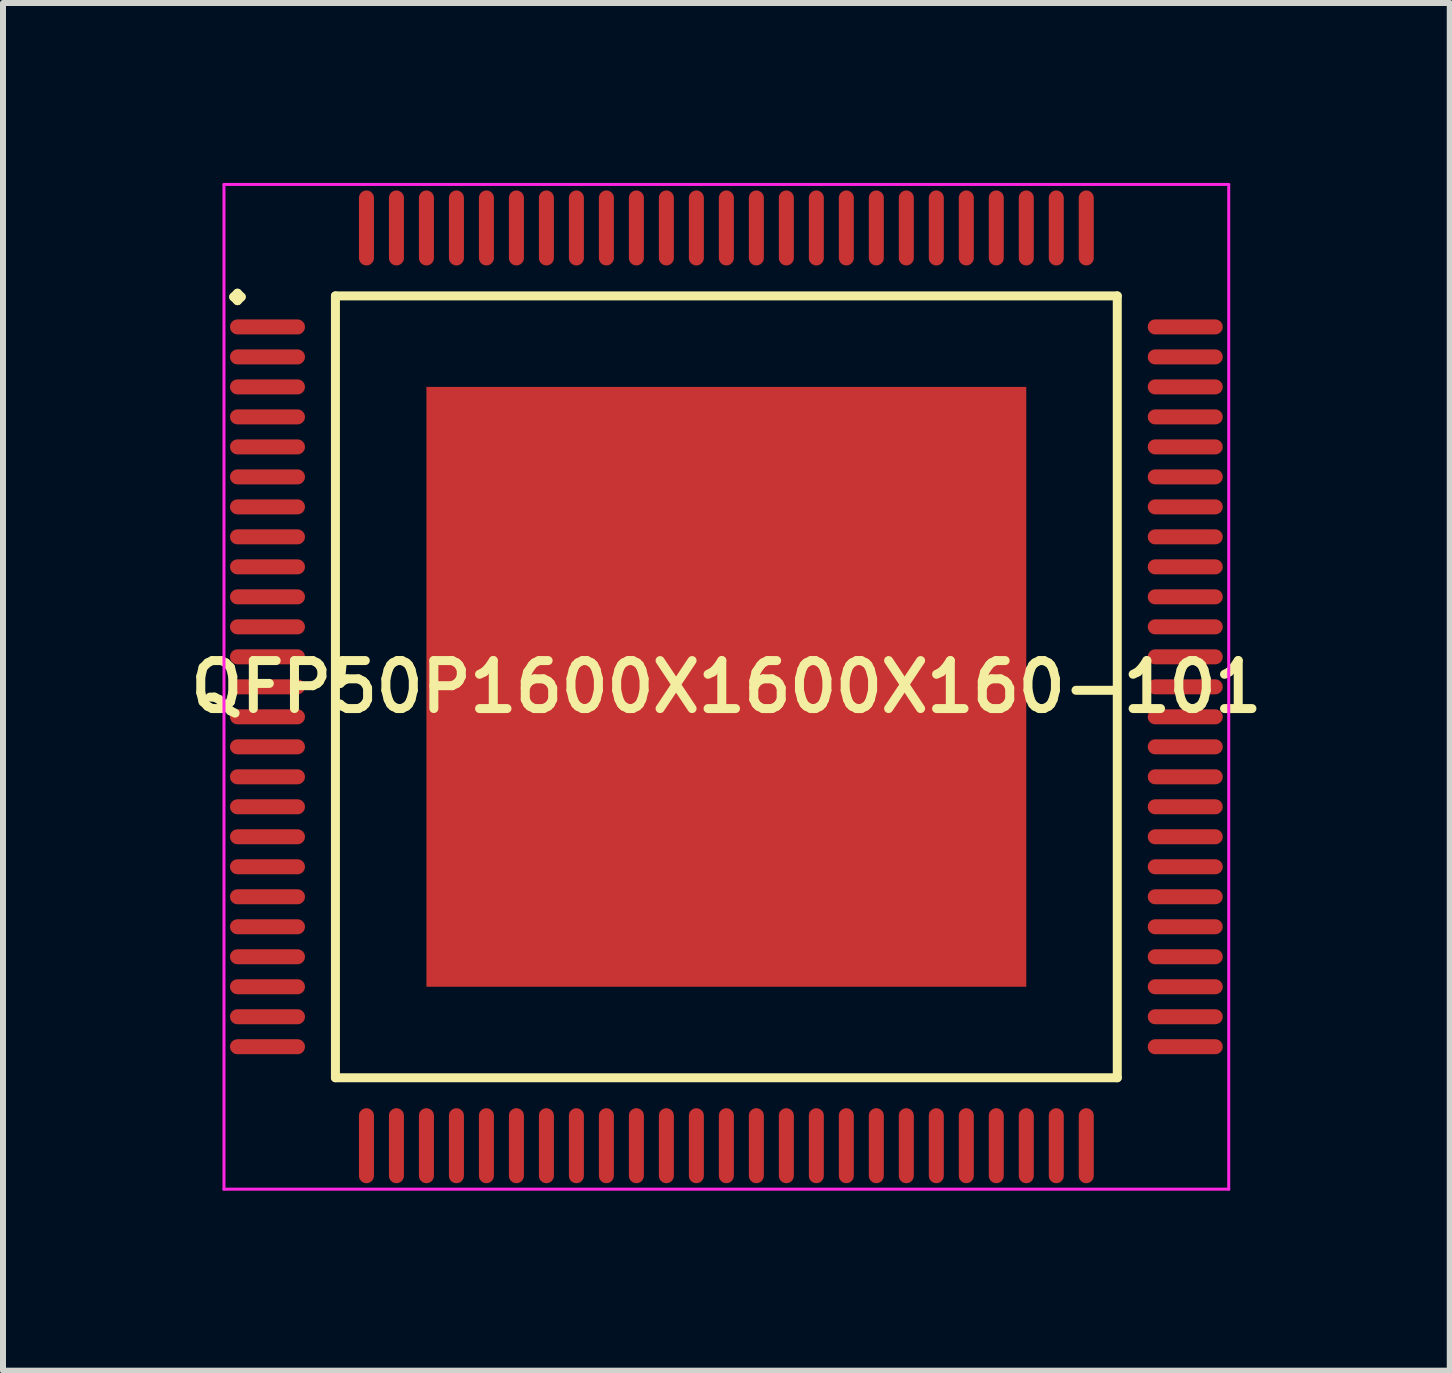
<source format=kicad_pcb>
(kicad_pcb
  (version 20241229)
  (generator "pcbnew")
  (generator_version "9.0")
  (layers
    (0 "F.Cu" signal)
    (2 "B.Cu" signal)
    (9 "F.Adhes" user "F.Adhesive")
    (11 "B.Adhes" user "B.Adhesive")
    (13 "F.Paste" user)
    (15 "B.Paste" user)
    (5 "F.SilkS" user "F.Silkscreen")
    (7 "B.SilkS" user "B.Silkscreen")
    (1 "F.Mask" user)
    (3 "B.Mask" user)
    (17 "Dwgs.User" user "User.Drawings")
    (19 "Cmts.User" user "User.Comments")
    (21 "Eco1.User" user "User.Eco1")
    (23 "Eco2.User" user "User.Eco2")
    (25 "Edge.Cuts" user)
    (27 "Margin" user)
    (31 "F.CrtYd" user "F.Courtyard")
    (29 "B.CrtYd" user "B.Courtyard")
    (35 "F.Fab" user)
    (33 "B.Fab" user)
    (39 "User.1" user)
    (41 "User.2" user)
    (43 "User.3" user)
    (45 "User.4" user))
  (footprint "QFP50P1600X1600X160-101"
    (layer "F.Cu")
    (at 9.059 8.4)
    (property "Reference" "QFP50P1600X1600X160-101" (at 0 0 0) (layer "F.SilkS") (effects (font (size 0.8 0.8) (thickness 0.15))))
    (attr smd)
    (fp_line (start -8.213 -6.5) (end -8.15 -6.562) (stroke (width 0.15) (type solid)) (layer "F.SilkS"))
    (fp_line (start -8.15 -6.562) (end -8.088 -6.5) (stroke (width 0.15) (type solid)) (layer "F.SilkS"))
    (fp_line (start -8.15 -6.438) (end -8.213 -6.5) (stroke (width 0.15) (type solid)) (layer "F.SilkS"))
    (fp_line (start -8.088 -6.5) (end -8.15 -6.438) (stroke (width 0.15) (type solid)) (layer "F.SilkS"))
    (fp_line (start -6.517 -6.517) (end -6.517 6.517) (stroke (width 0.15) (type solid)) (layer "F.SilkS"))
    (fp_line (start -6.517 6.517) (end 6.517 6.517) (stroke (width 0.15) (type solid)) (layer "F.SilkS"))
    (fp_line (start 6.517 -6.517) (end -6.517 -6.517) (stroke (width 0.15) (type solid)) (layer "F.SilkS"))
    (fp_line (start 6.517 6.517) (end 6.517 -6.517) (stroke (width 0.15) (type solid)) (layer "F.SilkS"))
    (fp_line (start -8.375 -8.375) (end 8.375 -8.375) (stroke (width 0.05) (type solid)) (layer "F.CrtYd"))
    (fp_line (start -8.375 8.375) (end -8.375 -8.375) (stroke (width 0.05) (type solid)) (layer "F.CrtYd"))
    (fp_line (start 8.375 -8.375) (end 8.375 8.375) (stroke (width 0.05) (type solid)) (layer "F.CrtYd"))
    (fp_line (start 8.375 8.375) (end -8.375 8.375) (stroke (width 0.05) (type solid)) (layer "F.CrtYd"))
    (pad "1" smd oval (at -7.65 -6) (size 1.25 0.25) (layers "F.Cu" "F.Mask" "F.Paste"))
    (pad "2" smd oval (at -7.65 -5.5) (size 1.25 0.25) (layers "F.Cu" "F.Mask" "F.Paste"))
    (pad "3" smd oval (at -7.65 -5) (size 1.25 0.25) (layers "F.Cu" "F.Mask" "F.Paste"))
    (pad "4" smd oval (at -7.65 -4.5) (size 1.25 0.25) (layers "F.Cu" "F.Mask" "F.Paste"))
    (pad "5" smd oval (at -7.65 -4) (size 1.25 0.25) (layers "F.Cu" "F.Mask" "F.Paste"))
    (pad "6" smd oval (at -7.65 -3.5) (size 1.25 0.25) (layers "F.Cu" "F.Mask" "F.Paste"))
    (pad "7" smd oval (at -7.65 -3) (size 1.25 0.25) (layers "F.Cu" "F.Mask" "F.Paste"))
    (pad "8" smd oval (at -7.65 -2.5) (size 1.25 0.25) (layers "F.Cu" "F.Mask" "F.Paste"))
    (pad "9" smd oval (at -7.65 -2) (size 1.25 0.25) (layers "F.Cu" "F.Mask" "F.Paste"))
    (pad "10" smd oval (at -7.65 -1.5) (size 1.25 0.25) (layers "F.Cu" "F.Mask" "F.Paste"))
    (pad "11" smd oval (at -7.65 -1) (size 1.25 0.25) (layers "F.Cu" "F.Mask" "F.Paste"))
    (pad "12" smd oval (at -7.65 -0.5) (size 1.25 0.25) (layers "F.Cu" "F.Mask" "F.Paste"))
    (pad "13" smd oval (at -7.65 0) (size 1.25 0.25) (layers "F.Cu" "F.Mask" "F.Paste"))
    (pad "14" smd oval (at -7.65 0.5) (size 1.25 0.25) (layers "F.Cu" "F.Mask" "F.Paste"))
    (pad "15" smd oval (at -7.65 1) (size 1.25 0.25) (layers "F.Cu" "F.Mask" "F.Paste"))
    (pad "16" smd oval (at -7.65 1.5) (size 1.25 0.25) (layers "F.Cu" "F.Mask" "F.Paste"))
    (pad "17" smd oval (at -7.65 2) (size 1.25 0.25) (layers "F.Cu" "F.Mask" "F.Paste"))
    (pad "18" smd oval (at -7.65 2.5) (size 1.25 0.25) (layers "F.Cu" "F.Mask" "F.Paste"))
    (pad "19" smd oval (at -7.65 3) (size 1.25 0.25) (layers "F.Cu" "F.Mask" "F.Paste"))
    (pad "20" smd oval (at -7.65 3.5) (size 1.25 0.25) (layers "F.Cu" "F.Mask" "F.Paste"))
    (pad "21" smd oval (at -7.65 4) (size 1.25 0.25) (layers "F.Cu" "F.Mask" "F.Paste"))
    (pad "22" smd oval (at -7.65 4.5) (size 1.25 0.25) (layers "F.Cu" "F.Mask" "F.Paste"))
    (pad "23" smd oval (at -7.65 5) (size 1.25 0.25) (layers "F.Cu" "F.Mask" "F.Paste"))
    (pad "24" smd oval (at -7.65 5.5) (size 1.25 0.25) (layers "F.Cu" "F.Mask" "F.Paste"))
    (pad "25" smd oval (at -7.65 6) (size 1.25 0.25) (layers "F.Cu" "F.Mask" "F.Paste"))
    (pad "26" smd oval (at -6 7.65) (size 0.25 1.25) (layers "F.Cu" "F.Mask" "F.Paste"))
    (pad "27" smd oval (at -5.5 7.65) (size 0.25 1.25) (layers "F.Cu" "F.Mask" "F.Paste"))
    (pad "28" smd oval (at -5 7.65) (size 0.25 1.25) (layers "F.Cu" "F.Mask" "F.Paste"))
    (pad "29" smd oval (at -4.5 7.65) (size 0.25 1.25) (layers "F.Cu" "F.Mask" "F.Paste"))
    (pad "30" smd oval (at -4 7.65) (size 0.25 1.25) (layers "F.Cu" "F.Mask" "F.Paste"))
    (pad "31" smd oval (at -3.5 7.65) (size 0.25 1.25) (layers "F.Cu" "F.Mask" "F.Paste"))
    (pad "32" smd oval (at -3 7.65) (size 0.25 1.25) (layers "F.Cu" "F.Mask" "F.Paste"))
    (pad "33" smd oval (at -2.5 7.65) (size 0.25 1.25) (layers "F.Cu" "F.Mask" "F.Paste"))
    (pad "34" smd oval (at -2 7.65) (size 0.25 1.25) (layers "F.Cu" "F.Mask" "F.Paste"))
    (pad "35" smd oval (at -1.5 7.65) (size 0.25 1.25) (layers "F.Cu" "F.Mask" "F.Paste"))
    (pad "36" smd oval (at -1 7.65) (size 0.25 1.25) (layers "F.Cu" "F.Mask" "F.Paste"))
    (pad "37" smd oval (at -0.5 7.65) (size 0.25 1.25) (layers "F.Cu" "F.Mask" "F.Paste"))
    (pad "38" smd oval (at 0 7.65) (size 0.25 1.25) (layers "F.Cu" "F.Mask" "F.Paste"))
    (pad "39" smd oval (at 0.5 7.65) (size 0.25 1.25) (layers "F.Cu" "F.Mask" "F.Paste"))
    (pad "40" smd oval (at 1 7.65) (size 0.25 1.25) (layers "F.Cu" "F.Mask" "F.Paste"))
    (pad "41" smd oval (at 1.5 7.65) (size 0.25 1.25) (layers "F.Cu" "F.Mask" "F.Paste"))
    (pad "42" smd oval (at 2 7.65) (size 0.25 1.25) (layers "F.Cu" "F.Mask" "F.Paste"))
    (pad "43" smd oval (at 2.5 7.65) (size 0.25 1.25) (layers "F.Cu" "F.Mask" "F.Paste"))
    (pad "44" smd oval (at 3 7.65) (size 0.25 1.25) (layers "F.Cu" "F.Mask" "F.Paste"))
    (pad "45" smd oval (at 3.5 7.65) (size 0.25 1.25) (layers "F.Cu" "F.Mask" "F.Paste"))
    (pad "46" smd oval (at 4 7.65) (size 0.25 1.25) (layers "F.Cu" "F.Mask" "F.Paste"))
    (pad "47" smd oval (at 4.5 7.65) (size 0.25 1.25) (layers "F.Cu" "F.Mask" "F.Paste"))
    (pad "48" smd oval (at 5 7.65) (size 0.25 1.25) (layers "F.Cu" "F.Mask" "F.Paste"))
    (pad "49" smd oval (at 5.5 7.65) (size 0.25 1.25) (layers "F.Cu" "F.Mask" "F.Paste"))
    (pad "50" smd oval (at 6 7.65) (size 0.25 1.25) (layers "F.Cu" "F.Mask" "F.Paste"))
    (pad "51" smd oval (at 7.65 6) (size 1.25 0.25) (layers "F.Cu" "F.Mask" "F.Paste"))
    (pad "52" smd oval (at 7.65 5.5) (size 1.25 0.25) (layers "F.Cu" "F.Mask" "F.Paste"))
    (pad "53" smd oval (at 7.65 5) (size 1.25 0.25) (layers "F.Cu" "F.Mask" "F.Paste"))
    (pad "54" smd oval (at 7.65 4.5) (size 1.25 0.25) (layers "F.Cu" "F.Mask" "F.Paste"))
    (pad "55" smd oval (at 7.65 4) (size 1.25 0.25) (layers "F.Cu" "F.Mask" "F.Paste"))
    (pad "56" smd oval (at 7.65 3.5) (size 1.25 0.25) (layers "F.Cu" "F.Mask" "F.Paste"))
    (pad "57" smd oval (at 7.65 3) (size 1.25 0.25) (layers "F.Cu" "F.Mask" "F.Paste"))
    (pad "58" smd oval (at 7.65 2.5) (size 1.25 0.25) (layers "F.Cu" "F.Mask" "F.Paste"))
    (pad "59" smd oval (at 7.65 2) (size 1.25 0.25) (layers "F.Cu" "F.Mask" "F.Paste"))
    (pad "60" smd oval (at 7.65 1.5) (size 1.25 0.25) (layers "F.Cu" "F.Mask" "F.Paste"))
    (pad "61" smd oval (at 7.65 1) (size 1.25 0.25) (layers "F.Cu" "F.Mask" "F.Paste"))
    (pad "62" smd oval (at 7.65 0.5) (size 1.25 0.25) (layers "F.Cu" "F.Mask" "F.Paste"))
    (pad "63" smd oval (at 7.65 0) (size 1.25 0.25) (layers "F.Cu" "F.Mask" "F.Paste"))
    (pad "64" smd oval (at 7.65 -0.5) (size 1.25 0.25) (layers "F.Cu" "F.Mask" "F.Paste"))
    (pad "65" smd oval (at 7.65 -1) (size 1.25 0.25) (layers "F.Cu" "F.Mask" "F.Paste"))
    (pad "66" smd oval (at 7.65 -1.5) (size 1.25 0.25) (layers "F.Cu" "F.Mask" "F.Paste"))
    (pad "67" smd oval (at 7.65 -2) (size 1.25 0.25) (layers "F.Cu" "F.Mask" "F.Paste"))
    (pad "68" smd oval (at 7.65 -2.5) (size 1.25 0.25) (layers "F.Cu" "F.Mask" "F.Paste"))
    (pad "69" smd oval (at 7.65 -3) (size 1.25 0.25) (layers "F.Cu" "F.Mask" "F.Paste"))
    (pad "70" smd oval (at 7.65 -3.5) (size 1.25 0.25) (layers "F.Cu" "F.Mask" "F.Paste"))
    (pad "71" smd oval (at 7.65 -4) (size 1.25 0.25) (layers "F.Cu" "F.Mask" "F.Paste"))
    (pad "72" smd oval (at 7.65 -4.5) (size 1.25 0.25) (layers "F.Cu" "F.Mask" "F.Paste"))
    (pad "73" smd oval (at 7.65 -5) (size 1.25 0.25) (layers "F.Cu" "F.Mask" "F.Paste"))
    (pad "74" smd oval (at 7.65 -5.5) (size 1.25 0.25) (layers "F.Cu" "F.Mask" "F.Paste"))
    (pad "75" smd oval (at 7.65 -6) (size 1.25 0.25) (layers "F.Cu" "F.Mask" "F.Paste"))
    (pad "76" smd oval (at 6 -7.65) (size 0.25 1.25) (layers "F.Cu" "F.Mask" "F.Paste"))
    (pad "77" smd oval (at 5.5 -7.65) (size 0.25 1.25) (layers "F.Cu" "F.Mask" "F.Paste"))
    (pad "78" smd oval (at 5 -7.65) (size 0.25 1.25) (layers "F.Cu" "F.Mask" "F.Paste"))
    (pad "79" smd oval (at 4.5 -7.65) (size 0.25 1.25) (layers "F.Cu" "F.Mask" "F.Paste"))
    (pad "80" smd oval (at 4 -7.65) (size 0.25 1.25) (layers "F.Cu" "F.Mask" "F.Paste"))
    (pad "81" smd oval (at 3.5 -7.65) (size 0.25 1.25) (layers "F.Cu" "F.Mask" "F.Paste"))
    (pad "82" smd oval (at 3 -7.65) (size 0.25 1.25) (layers "F.Cu" "F.Mask" "F.Paste"))
    (pad "83" smd oval (at 2.5 -7.65) (size 0.25 1.25) (layers "F.Cu" "F.Mask" "F.Paste"))
    (pad "84" smd oval (at 2 -7.65) (size 0.25 1.25) (layers "F.Cu" "F.Mask" "F.Paste"))
    (pad "85" smd oval (at 1.5 -7.65) (size 0.25 1.25) (layers "F.Cu" "F.Mask" "F.Paste"))
    (pad "86" smd oval (at 1 -7.65) (size 0.25 1.25) (layers "F.Cu" "F.Mask" "F.Paste"))
    (pad "87" smd oval (at 0.5 -7.65) (size 0.25 1.25) (layers "F.Cu" "F.Mask" "F.Paste"))
    (pad "88" smd oval (at 0 -7.65) (size 0.25 1.25) (layers "F.Cu" "F.Mask" "F.Paste"))
    (pad "89" smd oval (at -0.5 -7.65) (size 0.25 1.25) (layers "F.Cu" "F.Mask" "F.Paste"))
    (pad "90" smd oval (at -1 -7.65) (size 0.25 1.25) (layers "F.Cu" "F.Mask" "F.Paste"))
    (pad "91" smd oval (at -1.5 -7.65) (size 0.25 1.25) (layers "F.Cu" "F.Mask" "F.Paste"))
    (pad "92" smd oval (at -2 -7.65) (size 0.25 1.25) (layers "F.Cu" "F.Mask" "F.Paste"))
    (pad "93" smd oval (at -2.5 -7.65) (size 0.25 1.25) (layers "F.Cu" "F.Mask" "F.Paste"))
    (pad "94" smd oval (at -3 -7.65) (size 0.25 1.25) (layers "F.Cu" "F.Mask" "F.Paste"))
    (pad "95" smd oval (at -3.5 -7.65) (size 0.25 1.25) (layers "F.Cu" "F.Mask" "F.Paste"))
    (pad "96" smd oval (at -4 -7.65) (size 0.25 1.25) (layers "F.Cu" "F.Mask" "F.Paste"))
    (pad "97" smd oval (at -4.5 -7.65) (size 0.25 1.25) (layers "F.Cu" "F.Mask" "F.Paste"))
    (pad "98" smd oval (at -5 -7.65) (size 0.25 1.25) (layers "F.Cu" "F.Mask" "F.Paste"))
    (pad "99" smd oval (at -5.5 -7.65) (size 0.25 1.25) (layers "F.Cu" "F.Mask" "F.Paste"))
    (pad "100" smd oval (at -6 -7.65) (size 0.25 1.25) (layers "F.Cu" "F.Mask" "F.Paste"))
    (pad "101" smd rect (at 0 0) (size 10 10) (layers "F.Cu" "F.Mask" "F.Paste")))
  (gr_rect
    (start -3 -3)
    (end 21.119 19.8)
    (stroke (width 0.1) (type default))
    (fill no)
    (layer "Edge.Cuts")))
</source>
